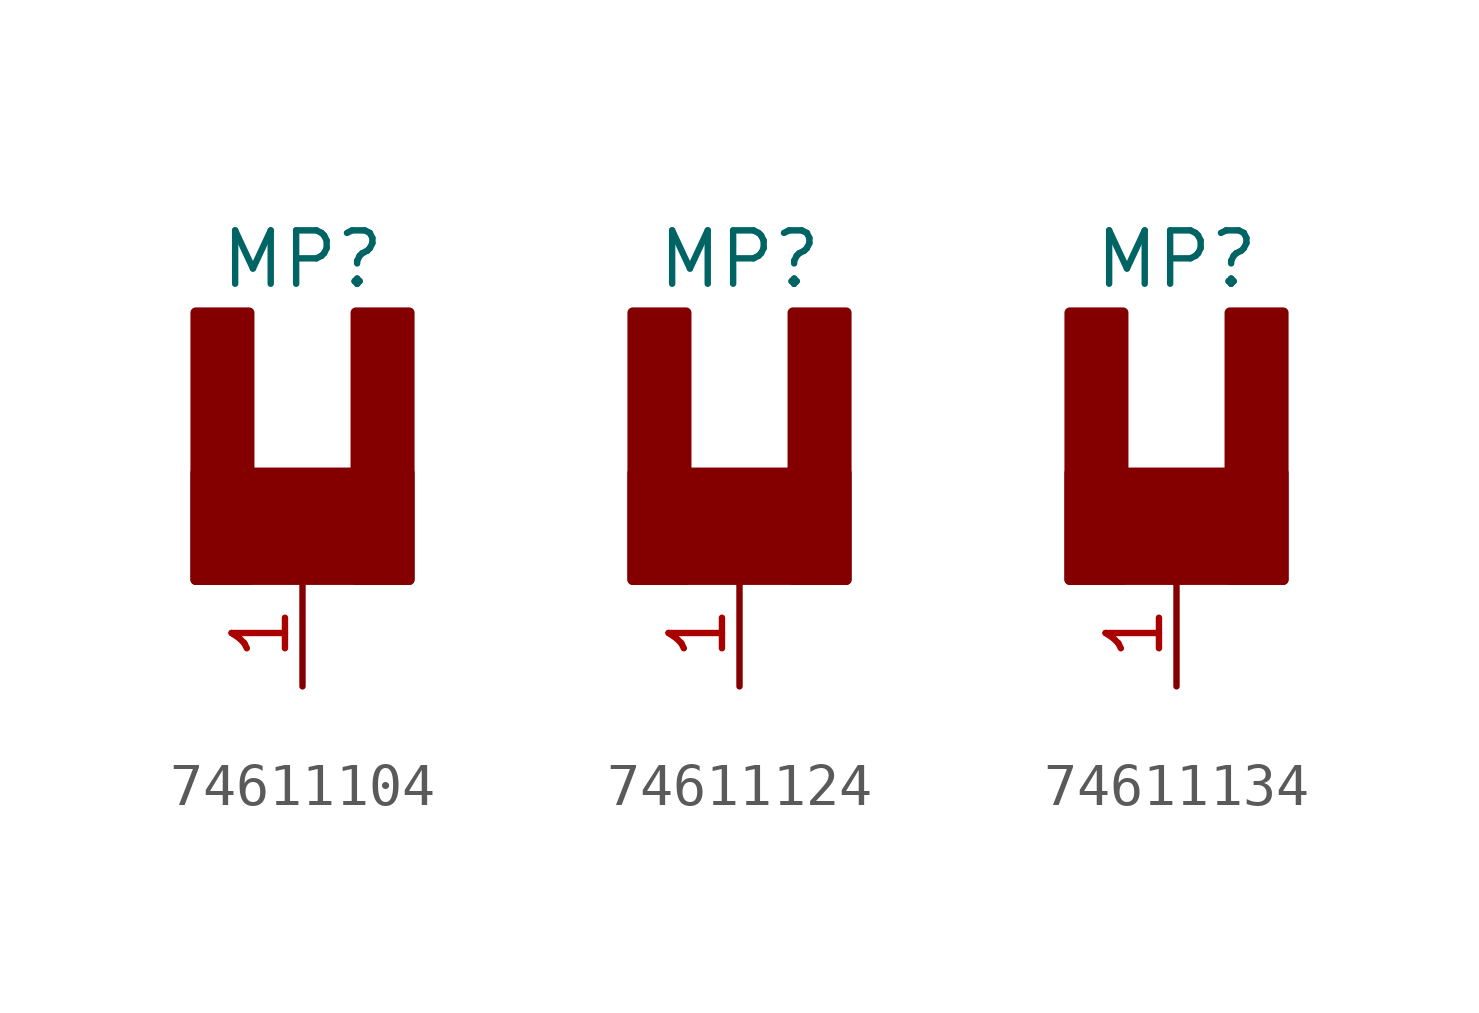
<source format=kicad_sym>
(kicad_symbol_lib
  (version 20220914)
  (generator kicad_symbol_editor)
  (symbol "74611104"
    (pin_names hide)
    (property "Reference" "MP"
      (at 0 5.08 0)
      (effects (font (size 1.27 1.27))))
    (symbol "74611104_1_0"
      (rectangle (start -2.54 0) (end 2.54 -2.54) (stroke (width 0.254) (type default)) (fill (type outline)))
      (rectangle (start -2.54 3.81) (end -1.27 -2.54) (stroke (width 0.254) (type default)) (fill (type outline)))
      (rectangle (start 1.27 3.81) (end 2.54 -2.54) (stroke (width 0.254) (type default)) (fill (type outline)))
      (pin passive line (at 0 -5.08 90) (length 2.54) (name "1" (effects (font (size 1.27 1.27)))) (number "1" (effects (font (size 1.27 1.27)))))))
  (symbol "74611124"
    (pin_names hide)
    (property "Reference" "MP"
      (at 0 5.08 0)
      (effects (font (size 1.27 1.27))))
    (symbol "74611124_1_0"
      (rectangle (start -2.54 0) (end 2.54 -2.54) (stroke (width 0.254) (type default)) (fill (type outline)))
      (rectangle (start -2.54 3.81) (end -1.27 -2.54) (stroke (width 0.254) (type default)) (fill (type outline)))
      (rectangle (start 1.27 3.81) (end 2.54 -2.54) (stroke (width 0.254) (type default)) (fill (type outline)))
      (pin passive line (at 0 -5.08 90) (length 2.54) (name "1" (effects (font (size 1.27 1.27)))) (number "1" (effects (font (size 1.27 1.27)))))))
  (symbol "74611134"
    (pin_names hide)
    (property "Reference" "MP"
      (at 0 5.08 0)
      (effects (font (size 1.27 1.27))))
    (symbol "74611134_1_0"
      (rectangle (start -2.54 0) (end 2.54 -2.54) (stroke (width 0.254) (type default)) (fill (type outline)))
      (rectangle (start -2.54 3.81) (end -1.27 -2.54) (stroke (width 0.254) (type default)) (fill (type outline)))
      (rectangle (start 1.27 3.81) (end 2.54 -2.54) (stroke (width 0.254) (type default)) (fill (type outline)))
      (pin passive line (at 0 -5.08 90) (length 2.54) (name "1" (effects (font (size 1.27 1.27)))) (number "1" (effects (font (size 1.27 1.27))))))))
</source>
